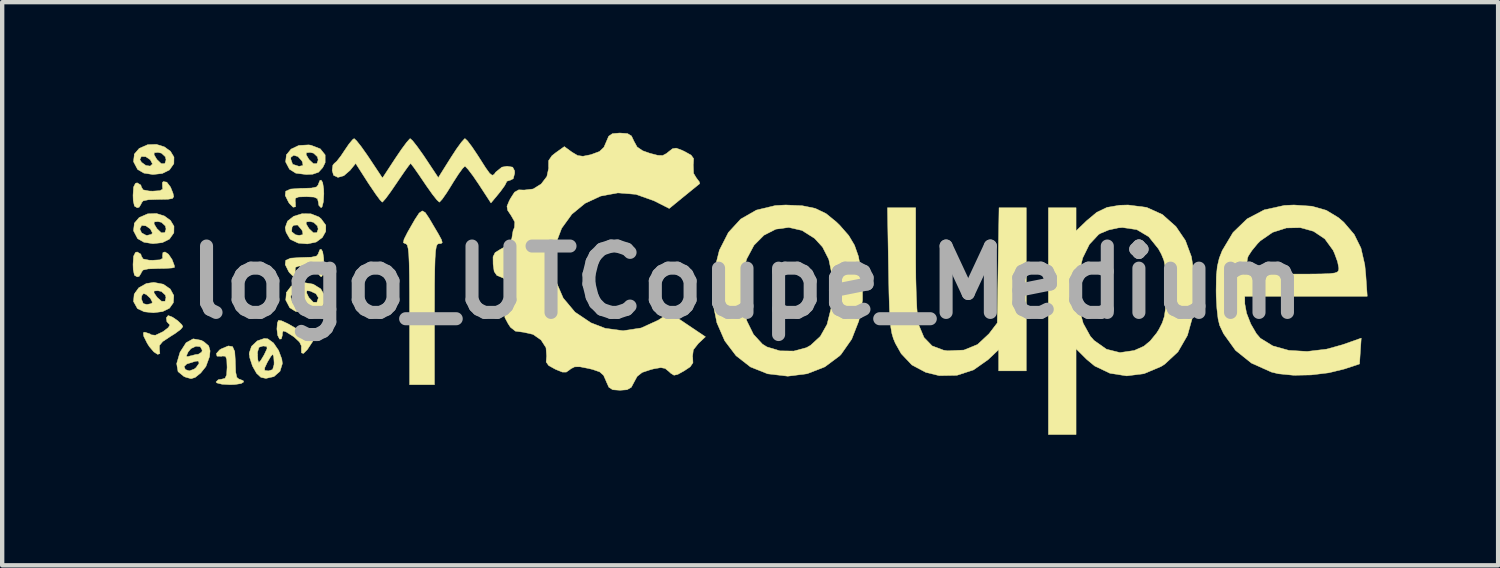
<source format=kicad_pcb>
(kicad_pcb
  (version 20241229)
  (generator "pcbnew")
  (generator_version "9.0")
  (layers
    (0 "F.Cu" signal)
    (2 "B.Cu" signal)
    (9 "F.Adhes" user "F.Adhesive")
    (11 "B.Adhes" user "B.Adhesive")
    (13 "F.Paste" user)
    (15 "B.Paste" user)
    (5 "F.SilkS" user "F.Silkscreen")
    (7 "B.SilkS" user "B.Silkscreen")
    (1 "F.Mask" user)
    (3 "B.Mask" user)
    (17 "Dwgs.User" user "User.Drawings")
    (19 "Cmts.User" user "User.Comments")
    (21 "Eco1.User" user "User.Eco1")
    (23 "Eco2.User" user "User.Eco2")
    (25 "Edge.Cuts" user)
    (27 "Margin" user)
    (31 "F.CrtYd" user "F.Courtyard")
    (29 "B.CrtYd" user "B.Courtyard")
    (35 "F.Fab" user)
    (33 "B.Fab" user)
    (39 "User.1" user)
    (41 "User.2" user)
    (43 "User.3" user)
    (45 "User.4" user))
  (footprint "logo_UTCoupe_Medium"
    (layer "F.Cu")
    (at 14.102 3.434)
    (property "Reference" "logo_UTCoupe_Medium" (at 0 0 0) (layer "F.Fab") (effects (font (size 1.524 1.524) (thickness 0.3))))
    (attr through_hole)
    (fp_poly (pts (xy -13.283 -0.646) (xy -13.201 -0.525) (xy -13.149 -0.388) (xy -13.145 -0.345) (xy -13.202 -0.331) (xy -13.352 -0.321) (xy -13.525 -0.318) (xy -13.747 -0.31) (xy -13.866 -0.284) (xy -13.906 -0.234) (xy -13.906 -0.222) (xy -13.957 -0.138) (xy -14.002 -0.127) (xy -14.065 -0.164) (xy -14.093 -0.292) (xy -14.097 -0.413) (xy -14.085 -0.601) (xy -14.042 -0.687) (xy -14.002 -0.699) (xy -13.918 -0.648) (xy -13.906 -0.603) (xy -13.866 -0.538) (xy -13.729 -0.51) (xy -13.646 -0.508) (xy -13.48 -0.518) (xy -13.416 -0.553) (xy -13.421 -0.603) (xy -13.411 -0.685) (xy -13.363 -0.699) (xy -13.283 -0.646)) (stroke (width 0.01) (type solid)) (fill yes) (layer "F.SilkS"))
    (fp_poly (pts (xy -13.322 -2.301) (xy -13.236 -2.188) (xy -13.18 -2.048) (xy -13.163 -1.969) (xy -13.193 -1.926) (xy -13.294 -1.909) (xy -13.493 -1.905) (xy -13.521 -1.905) (xy -13.744 -1.898) (xy -13.864 -1.872) (xy -13.906 -1.823) (xy -13.906 -1.81) (xy -13.957 -1.726) (xy -14.002 -1.714) (xy -14.065 -1.752) (xy -14.093 -1.879) (xy -14.097 -2) (xy -14.085 -2.189) (xy -14.042 -2.274) (xy -14.002 -2.286) (xy -13.918 -2.235) (xy -13.906 -2.191) (xy -13.866 -2.125) (xy -13.729 -2.098) (xy -13.646 -2.095) (xy -13.479 -2.106) (xy -13.416 -2.142) (xy -13.421 -2.189) (xy -13.424 -2.289) (xy -13.403 -2.315) (xy -13.322 -2.301)) (stroke (width 0.01) (type solid)) (fill yes) (layer "F.SilkS"))
    (fp_poly (pts (xy -13.19 0.799) (xy -13.069 0.882) (xy -12.976 0.973) (xy -12.954 1.017) (xy -13.004 1.079) (xy -13.133 1.175) (xy -13.242 1.243) (xy -13.416 1.358) (xy -13.491 1.449) (xy -13.491 1.531) (xy -13.481 1.635) (xy -13.531 1.653) (xy -13.619 1.597) (xy -13.723 1.475) (xy -13.772 1.397) (xy -13.853 1.234) (xy -13.861 1.156) (xy -13.828 1.143) (xy -13.705 1.184) (xy -13.681 1.204) (xy -13.584 1.214) (xy -13.418 1.136) (xy -13.404 1.128) (xy -13.287 1.038) (xy -13.25 0.977) (xy -13.262 0.966) (xy -13.32 0.904) (xy -13.333 0.814) (xy -13.293 0.763) (xy -13.286 0.762) (xy -13.19 0.799)) (stroke (width 0.01) (type solid)) (fill yes) (layer "F.SilkS"))
    (fp_poly (pts (xy -11.812 1.475) (xy -11.762 1.588) (xy -11.748 1.812) (xy -11.748 1.841) (xy -11.74 2.063) (xy -11.714 2.182) (xy -11.664 2.222) (xy -11.652 2.223) (xy -11.568 2.257) (xy -11.557 2.286) (xy -11.614 2.322) (xy -11.76 2.345) (xy -11.874 2.349) (xy -12.056 2.338) (xy -12.171 2.309) (xy -12.192 2.286) (xy -12.139 2.234) (xy -12.065 2.223) (xy -11.985 2.203) (xy -11.948 2.124) (xy -11.938 1.953) (xy -11.938 1.943) (xy -11.945 1.771) (xy -11.974 1.696) (xy -12.042 1.691) (xy -12.065 1.696) (xy -12.169 1.694) (xy -12.184 1.635) (xy -12.11 1.551) (xy -12.069 1.526) (xy -11.909 1.459) (xy -11.812 1.475)) (stroke (width 0.01) (type solid)) (fill yes) (layer "F.SilkS"))
    (fp_poly (pts (xy -10.687 0.882) (xy -10.545 0.947) (xy -10.401 1.03) (xy -10.209 1.138) (xy -10.094 1.175) (xy -10.035 1.146) (xy -10.034 1.144) (xy -9.953 1.095) (xy -9.916 1.105) (xy -9.898 1.187) (xy -9.97 1.352) (xy -9.979 1.367) (xy -10.097 1.545) (xy -10.184 1.632) (xy -10.229 1.618) (xy -10.231 1.607) (xy -10.233 1.502) (xy -10.231 1.46) (xy -10.275 1.369) (xy -10.395 1.257) (xy -10.446 1.222) (xy -10.586 1.134) (xy -10.65 1.115) (xy -10.667 1.161) (xy -10.668 1.21) (xy -10.692 1.298) (xy -10.732 1.302) (xy -10.776 1.216) (xy -10.794 1.07) (xy -10.783 0.93) (xy -10.757 0.872) (xy -10.687 0.882)) (stroke (width 0.01) (type solid)) (fill yes) (layer "F.SilkS"))
    (fp_poly (pts (xy -9.743 -2.292) (xy -9.72 -2.146) (xy -9.716 -2.032) (xy -9.727 -1.851) (xy -9.756 -1.736) (xy -9.779 -1.714) (xy -9.831 -1.768) (xy -9.842 -1.841) (xy -9.862 -1.922) (xy -9.941 -1.959) (xy -10.112 -1.968) (xy -10.122 -1.968) (xy -10.294 -1.962) (xy -10.369 -1.932) (xy -10.374 -1.865) (xy -10.369 -1.841) (xy -10.366 -1.736) (xy -10.421 -1.726) (xy -10.508 -1.813) (xy -10.526 -1.841) (xy -10.603 -1.996) (xy -10.592 -2.093) (xy -10.48 -2.143) (xy -10.255 -2.159) (xy -10.223 -2.159) (xy -10.002 -2.166) (xy -9.883 -2.192) (xy -9.843 -2.243) (xy -9.842 -2.254) (xy -9.808 -2.339) (xy -9.779 -2.349) (xy -9.743 -2.292)) (stroke (width 0.01) (type solid)) (fill yes) (layer "F.SilkS"))
    (fp_poly (pts (xy -9.743 -0.705) (xy -9.72 -0.559) (xy -9.716 -0.445) (xy -9.727 -0.263) (xy -9.756 -0.148) (xy -9.779 -0.127) (xy -9.831 -0.18) (xy -9.842 -0.254) (xy -9.862 -0.334) (xy -9.941 -0.371) (xy -10.112 -0.381) (xy -10.122 -0.381) (xy -10.294 -0.374) (xy -10.369 -0.345) (xy -10.374 -0.277) (xy -10.369 -0.254) (xy -10.366 -0.148) (xy -10.421 -0.139) (xy -10.508 -0.226) (xy -10.526 -0.253) (xy -10.603 -0.409) (xy -10.592 -0.506) (xy -10.48 -0.556) (xy -10.255 -0.571) (xy -10.223 -0.572) (xy -10.002 -0.579) (xy -9.883 -0.605) (xy -9.843 -0.655) (xy -9.842 -0.667) (xy -9.808 -0.751) (xy -9.779 -0.762) (xy -9.743 -0.705)) (stroke (width 0.01) (type solid)) (fill yes) (layer "F.SilkS"))
    (fp_poly (pts (xy -7.387 -1.603) (xy -7.302 -1.477) (xy -7.216 -1.331) (xy -7.087 -1.113) (xy -7.016 -0.982) (xy -6.997 -0.915) (xy -7.022 -0.892) (xy -7.08 -0.889) (xy -7.11 -0.875) (xy -7.133 -0.823) (xy -7.15 -0.719) (xy -7.162 -0.549) (xy -7.169 -0.301) (xy -7.174 0.041) (xy -7.175 0.49) (xy -7.176 0.73) (xy -7.176 2.349) (xy -7.747 2.349) (xy -7.747 0.73) (xy -7.748 0.23) (xy -7.751 -0.157) (xy -7.757 -0.445) (xy -7.766 -0.647) (xy -7.781 -0.779) (xy -7.8 -0.854) (xy -7.827 -0.885) (xy -7.845 -0.889) (xy -7.89 -0.911) (xy -7.874 -0.991) (xy -7.793 -1.151) (xy -7.77 -1.191) (xy -7.626 -1.442) (xy -7.528 -1.591) (xy -7.456 -1.642) (xy -7.387 -1.603)) (stroke (width 0.01) (type solid)) (fill yes) (layer "F.SilkS"))
    (fp_poly (pts (xy -13.402 0.042) (xy -13.243 0.152) (xy -13.161 0.302) (xy -13.171 0.466) (xy -13.261 0.593) (xy -13.418 0.67) (xy -13.629 0.697) (xy -13.839 0.675) (xy -13.992 0.604) (xy -13.997 0.599) (xy -14.087 0.438) (xy -14.081 0.381) (xy -13.906 0.381) (xy -13.862 0.487) (xy -13.78 0.508) (xy -13.676 0.487) (xy -13.652 0.457) (xy -13.698 0.366) (xy -13.793 0.278) (xy -13.856 0.254) (xy -13.897 0.307) (xy -13.906 0.381) (xy -14.081 0.381) (xy -14.071 0.271) (xy -14.049 0.24) (xy -13.616 0.24) (xy -13.544 0.344) (xy -13.441 0.435) (xy -13.361 0.433) (xy -13.341 0.346) (xy -13.356 0.29) (xy -13.444 0.209) (xy -13.526 0.191) (xy -13.614 0.197) (xy -13.616 0.24) (xy -14.049 0.24) (xy -13.967 0.125) (xy -13.792 0.026) (xy -13.621 0) (xy -13.402 0.042)) (stroke (width 0.01) (type solid)) (fill yes) (layer "F.SilkS"))
    (fp_poly (pts (xy -13.38 -3.113) (xy -13.238 -3.011) (xy -13.157 -2.876) (xy -13.16 -2.726) (xy -13.261 -2.582) (xy -13.425 -2.501) (xy -13.64 -2.477) (xy -13.848 -2.509) (xy -13.992 -2.593) (xy -14.086 -2.771) (xy -14.081 -2.821) (xy -13.941 -2.821) (xy -13.902 -2.757) (xy -13.803 -2.685) (xy -13.703 -2.67) (xy -13.653 -2.716) (xy -13.652 -2.723) (xy -13.701 -2.816) (xy -13.805 -2.886) (xy -13.904 -2.891) (xy -13.907 -2.889) (xy -13.941 -2.821) (xy -14.081 -2.821) (xy -14.068 -2.93) (xy -13.614 -2.93) (xy -13.549 -2.822) (xy -13.45 -2.727) (xy -13.367 -2.728) (xy -13.339 -2.813) (xy -13.356 -2.885) (xy -13.444 -2.967) (xy -13.525 -2.985) (xy -13.611 -2.977) (xy -13.614 -2.93) (xy -14.068 -2.93) (xy -14.066 -2.948) (xy -13.956 -3.076) (xy -13.761 -3.162) (xy -13.561 -3.169) (xy -13.38 -3.113)) (stroke (width 0.01) (type solid)) (fill yes) (layer "F.SilkS"))
    (fp_poly (pts (xy -13.38 -1.526) (xy -13.238 -1.423) (xy -13.157 -1.289) (xy -13.16 -1.138) (xy -13.261 -0.994) (xy -13.425 -0.913) (xy -13.64 -0.889) (xy -13.848 -0.922) (xy -13.992 -1.005) (xy -14.086 -1.184) (xy -14.082 -1.226) (xy -13.942 -1.226) (xy -13.899 -1.135) (xy -13.799 -1.082) (xy -13.773 -1.079) (xy -13.673 -1.104) (xy -13.652 -1.135) (xy -13.7 -1.227) (xy -13.801 -1.298) (xy -13.896 -1.308) (xy -13.901 -1.305) (xy -13.942 -1.226) (xy -14.082 -1.226) (xy -14.068 -1.342) (xy -13.614 -1.342) (xy -13.549 -1.235) (xy -13.45 -1.14) (xy -13.367 -1.141) (xy -13.339 -1.225) (xy -13.356 -1.297) (xy -13.444 -1.379) (xy -13.525 -1.397) (xy -13.611 -1.389) (xy -13.614 -1.342) (xy -14.068 -1.342) (xy -14.066 -1.361) (xy -13.956 -1.489) (xy -13.761 -1.574) (xy -13.561 -1.582) (xy -13.38 -1.526)) (stroke (width 0.01) (type solid)) (fill yes) (layer "F.SilkS"))
    (fp_poly (pts (xy 3.874 -0.492) (xy 3.877 -0.094) (xy 3.887 0.277) (xy 3.901 0.594) (xy 3.92 0.833) (xy 3.94 0.968) (xy 4.065 1.266) (xy 4.252 1.459) (xy 4.514 1.557) (xy 4.609 1.571) (xy 4.981 1.554) (xy 5.294 1.426) (xy 5.554 1.183) (xy 5.564 1.171) (xy 5.747 0.931) (xy 5.767 -0.392) (xy 5.788 -1.714) (xy 6.413 -1.714) (xy 6.413 2.032) (xy 5.779 2.032) (xy 5.779 1.544) (xy 5.536 1.774) (xy 5.201 2.01) (xy 4.82 2.134) (xy 4.414 2.141) (xy 4.106 2.066) (xy 3.787 1.897) (xy 3.541 1.637) (xy 3.406 1.397) (xy 3.362 1.292) (xy 3.328 1.178) (xy 3.303 1.035) (xy 3.284 0.846) (xy 3.271 0.59) (xy 3.26 0.25) (xy 3.252 -0.195) (xy 3.25 -0.302) (xy 3.226 -1.714) (xy 3.873 -1.714) (xy 3.874 -0.492)) (stroke (width 0.01) (type solid)) (fill yes) (layer "F.SilkS"))
    (fp_poly (pts (xy -10.012 -1.574) (xy -9.829 -1.502) (xy -9.779 -1.46) (xy -9.671 -1.314) (xy -9.672 -1.171) (xy -9.751 -1.03) (xy -9.891 -0.927) (xy -10.093 -0.884) (xy -10.305 -0.902) (xy -10.475 -0.982) (xy -10.499 -1.005) (xy -10.583 -1.151) (xy -10.586 -1.165) (xy -10.456 -1.165) (xy -10.367 -1.093) (xy -10.281 -1.079) (xy -10.195 -1.097) (xy -10.206 -1.171) (xy -10.223 -1.206) (xy -10.318 -1.318) (xy -10.41 -1.312) (xy -10.446 -1.27) (xy -10.456 -1.165) (xy -10.586 -1.165) (xy -10.604 -1.256) (xy -10.573 -1.342) (xy -10.122 -1.342) (xy -10.057 -1.235) (xy -9.957 -1.14) (xy -9.875 -1.141) (xy -9.846 -1.225) (xy -9.864 -1.297) (xy -9.951 -1.379) (xy -10.032 -1.397) (xy -10.118 -1.389) (xy -10.122 -1.342) (xy -10.573 -1.342) (xy -10.549 -1.408) (xy -10.408 -1.518) (xy -10.217 -1.577) (xy -10.012 -1.574)) (stroke (width 0.01) (type solid)) (fill yes) (layer "F.SilkS"))
    (fp_poly (pts (xy -10.011 -3.149) (xy -9.797 -3.066) (xy -9.686 -2.927) (xy -9.686 -2.75) (xy -9.74 -2.638) (xy -9.837 -2.53) (xy -9.971 -2.484) (xy -10.12 -2.477) (xy -10.359 -2.507) (xy -10.505 -2.598) (xy -10.594 -2.767) (xy -10.586 -2.836) (xy -10.477 -2.836) (xy -10.433 -2.712) (xy -10.293 -2.667) (xy -10.274 -2.667) (xy -10.194 -2.685) (xy -10.207 -2.762) (xy -10.223 -2.794) (xy -10.311 -2.89) (xy -10.409 -2.919) (xy -10.472 -2.873) (xy -10.477 -2.836) (xy -10.586 -2.836) (xy -10.576 -2.928) (xy -10.574 -2.93) (xy -10.122 -2.93) (xy -10.057 -2.822) (xy -9.957 -2.727) (xy -9.875 -2.728) (xy -9.846 -2.813) (xy -9.864 -2.885) (xy -9.951 -2.967) (xy -10.032 -2.985) (xy -10.118 -2.977) (xy -10.122 -2.93) (xy -10.574 -2.93) (xy -10.469 -3.06) (xy -10.292 -3.144) (xy -10.063 -3.157) (xy -10.011 -3.149)) (stroke (width 0.01) (type solid)) (fill yes) (layer "F.SilkS"))
    (fp_poly (pts (xy -9.961 0.041) (xy -9.788 0.148) (xy -9.697 0.3) (xy -9.708 0.474) (xy -9.744 0.544) (xy -9.841 0.648) (xy -9.98 0.692) (xy -10.12 0.699) (xy -10.367 0.665) (xy -10.499 0.582) (xy -10.591 0.406) (xy -10.585 0.339) (xy -10.477 0.339) (xy -10.433 0.463) (xy -10.293 0.508) (xy -10.274 0.508) (xy -10.194 0.49) (xy -10.207 0.413) (xy -10.223 0.381) (xy -10.311 0.285) (xy -10.409 0.256) (xy -10.472 0.302) (xy -10.477 0.339) (xy -10.585 0.339) (xy -10.576 0.235) (xy -10.115 0.235) (xy -10.063 0.343) (xy -10.059 0.349) (xy -9.958 0.455) (xy -9.877 0.458) (xy -9.843 0.358) (xy -9.842 0.352) (xy -9.897 0.26) (xy -10.028 0.199) (xy -10.103 0.191) (xy -10.115 0.235) (xy -10.576 0.235) (xy -10.575 0.231) (xy -10.468 0.088) (xy -10.285 0.008) (xy -10.198 0) (xy -9.961 0.041)) (stroke (width 0.01) (type solid)) (fill yes) (layer "F.SilkS"))
    (fp_poly (pts (xy -12.53 1.33) (xy -12.467 1.366) (xy -12.36 1.458) (xy -12.328 1.571) (xy -12.341 1.705) (xy -12.424 1.931) (xy -12.543 2.08) (xy -12.67 2.182) (xy -12.764 2.211) (xy -12.882 2.179) (xy -12.929 2.16) (xy -13.064 2.049) (xy -13.084 1.932) (xy -12.925 1.932) (xy -12.895 2.002) (xy -12.804 2.032) (xy -12.693 1.991) (xy -12.649 1.956) (xy -12.579 1.855) (xy -12.601 1.805) (xy -12.668 1.812) (xy -12.818 1.859) (xy -12.863 1.873) (xy -12.925 1.932) (xy -13.084 1.932) (xy -13.095 1.865) (xy -13.045 1.693) (xy -12.874 1.693) (xy -12.839 1.706) (xy -12.797 1.692) (xy -12.654 1.656) (xy -12.6 1.651) (xy -12.52 1.6) (xy -12.509 1.556) (xy -12.553 1.476) (xy -12.654 1.466) (xy -12.767 1.52) (xy -12.832 1.597) (xy -12.874 1.693) (xy -13.045 1.693) (xy -13.021 1.612) (xy -13.016 1.6) (xy -12.879 1.386) (xy -12.717 1.296) (xy -12.53 1.33)) (stroke (width 0.01) (type solid)) (fill yes) (layer "F.SilkS"))
    (fp_poly (pts (xy -11.002 1.296) (xy -10.872 1.391) (xy -10.755 1.563) (xy -10.681 1.761) (xy -10.668 1.864) (xy -10.723 2.041) (xy -10.862 2.163) (xy -11.046 2.205) (xy -11.161 2.18) (xy -11.261 2.088) (xy -11.327 1.97) (xy -11.078 1.97) (xy -11.072 2.022) (xy -10.993 2.032) (xy -10.987 2.032) (xy -10.893 2.003) (xy -10.86 1.893) (xy -10.858 1.841) (xy -10.867 1.708) (xy -10.888 1.651) (xy -10.889 1.651) (xy -10.935 1.701) (xy -11.008 1.824) (xy -11.017 1.841) (xy -11.078 1.97) (xy -11.327 1.97) (xy -11.355 1.921) (xy -11.417 1.731) (xy -11.427 1.651) (xy -11.239 1.651) (xy -11.231 1.785) (xy -11.21 1.841) (xy -11.209 1.841) (xy -11.163 1.791) (xy -11.09 1.669) (xy -11.081 1.651) (xy -11.02 1.522) (xy -11.026 1.47) (xy -11.105 1.461) (xy -11.111 1.46) (xy -11.205 1.49) (xy -11.238 1.599) (xy -11.239 1.651) (xy -11.427 1.651) (xy -11.43 1.624) (xy -11.376 1.467) (xy -11.245 1.343) (xy -11.083 1.287) (xy -11.002 1.296)) (stroke (width 0.01) (type solid)) (fill yes) (layer "F.SilkS"))
    (fp_poly (pts (xy 1.271 -1.76) (xy 1.567 -1.699) (xy 1.815 -1.58) (xy 2.051 -1.388) (xy 2.131 -1.31) (xy 2.336 -1.076) (xy 2.468 -0.855) (xy 2.559 -0.597) (xy 2.651 -0.095) (xy 2.653 0.407) (xy 2.569 0.882) (xy 2.404 1.304) (xy 2.162 1.65) (xy 2.129 1.685) (xy 1.787 1.94) (xy 1.381 2.098) (xy 0.937 2.154) (xy 0.479 2.1) (xy 0.476 2.1) (xy 0.08 1.942) (xy -0.251 1.684) (xy -0.511 1.341) (xy -0.691 0.928) (xy -0.785 0.457) (xy -0.784 0.104) (xy -0.119 0.104) (xy -0.094 0.515) (xy -0.003 0.886) (xy 0.149 1.194) (xy 0.354 1.417) (xy 0.458 1.482) (xy 0.756 1.572) (xy 1.075 1.577) (xy 1.365 1.499) (xy 1.461 1.445) (xy 1.685 1.238) (xy 1.839 0.964) (xy 1.929 0.603) (xy 1.959 0.265) (xy 1.951 -0.179) (xy 1.878 -0.53) (xy 1.735 -0.811) (xy 1.553 -1.01) (xy 1.263 -1.193) (xy 0.96 -1.262) (xy 0.663 -1.222) (xy 0.391 -1.084) (xy 0.161 -0.853) (xy -0.007 -0.538) (xy -0.069 -0.322) (xy -0.119 0.104) (xy -0.784 0.104) (xy -0.784 -0.056) (xy -0.761 -0.234) (xy -0.634 -0.739) (xy -0.427 -1.146) (xy -0.144 -1.454) (xy 0.216 -1.66) (xy 0.649 -1.764) (xy 0.889 -1.777) (xy 1.271 -1.76)) (stroke (width 0.01) (type solid)) (fill yes) (layer "F.SilkS"))
    (fp_poly (pts (xy 9.176 -1.722) (xy 9.539 -1.558) (xy 9.85 -1.281) (xy 9.852 -1.278) (xy 10.067 -0.961) (xy 10.205 -0.589) (xy 10.275 -0.14) (xy 10.287 0.19) (xy 10.244 0.75) (xy 10.113 1.219) (xy 9.896 1.595) (xy 9.591 1.879) (xy 9.505 1.933) (xy 9.117 2.096) (xy 8.719 2.147) (xy 8.334 2.087) (xy 7.984 1.92) (xy 7.799 1.767) (xy 7.556 1.524) (xy 7.556 3.493) (xy 6.921 3.493) (xy 6.921 0.195) (xy 7.588 0.195) (xy 7.622 0.583) (xy 7.72 0.94) (xy 7.884 1.237) (xy 7.97 1.334) (xy 8.255 1.535) (xy 8.564 1.612) (xy 8.892 1.564) (xy 9.112 1.466) (xy 9.258 1.345) (xy 9.406 1.164) (xy 9.461 1.076) (xy 9.536 0.928) (xy 9.583 0.784) (xy 9.609 0.606) (xy 9.619 0.36) (xy 9.62 0.159) (xy 9.617 -0.143) (xy 9.603 -0.353) (xy 9.572 -0.509) (xy 9.516 -0.646) (xy 9.448 -0.77) (xy 9.224 -1.049) (xy 8.95 -1.212) (xy 8.623 -1.26) (xy 8.525 -1.252) (xy 8.306 -1.204) (xy 8.113 -1.124) (xy 8.073 -1.099) (xy 7.862 -0.873) (xy 7.709 -0.562) (xy 7.618 -0.197) (xy 7.588 0.195) (xy 6.921 0.195) (xy 6.921 -1.714) (xy 7.556 -1.714) (xy 7.556 -1.181) (xy 7.795 -1.412) (xy 8.031 -1.609) (xy 8.269 -1.723) (xy 8.555 -1.771) (xy 8.751 -1.777) (xy 9.176 -1.722)) (stroke (width 0.01) (type solid)) (fill yes) (layer "F.SilkS"))
    (fp_poly (pts (xy 12.971 -1.749) (xy 13.302 -1.655) (xy 13.584 -1.484) (xy 13.706 -1.378) (xy 13.943 -1.1) (xy 14.098 -0.786) (xy 14.186 -0.403) (xy 14.208 -0.18) (xy 14.242 0.318) (xy 11.43 0.318) (xy 11.431 0.492) (xy 11.471 0.707) (xy 11.568 0.955) (xy 11.697 1.177) (xy 11.788 1.283) (xy 12.075 1.459) (xy 12.441 1.561) (xy 12.861 1.586) (xy 13.308 1.533) (xy 13.672 1.432) (xy 14.104 1.28) (xy 14.084 1.577) (xy 14.065 1.873) (xy 13.718 1.988) (xy 13.358 2.076) (xy 12.955 2.125) (xy 12.554 2.133) (xy 12.2 2.098) (xy 12.041 2.059) (xy 11.584 1.854) (xy 11.217 1.56) (xy 10.943 1.178) (xy 10.852 0.984) (xy 10.817 0.837) (xy 10.79 0.602) (xy 10.774 0.322) (xy 10.772 0.191) (xy 10.777 -0.13) (xy 10.782 -0.191) (xy 11.415 -0.191) (xy 12.502 -0.191) (xy 12.897 -0.191) (xy 13.182 -0.194) (xy 13.376 -0.201) (xy 13.495 -0.216) (xy 13.559 -0.24) (xy 13.584 -0.275) (xy 13.589 -0.324) (xy 13.589 -0.329) (xy 13.562 -0.47) (xy 13.493 -0.66) (xy 13.458 -0.738) (xy 13.268 -0.999) (xy 13.009 -1.173) (xy 12.706 -1.257) (xy 12.384 -1.25) (xy 12.069 -1.149) (xy 11.786 -0.953) (xy 11.722 -0.888) (xy 11.593 -0.731) (xy 11.51 -0.604) (xy 11.493 -0.555) (xy 11.476 -0.433) (xy 11.453 -0.333) (xy 11.415 -0.191) (xy 10.782 -0.191) (xy 10.799 -0.365) (xy 10.844 -0.556) (xy 10.912 -0.73) (xy 11.16 -1.145) (xy 11.483 -1.458) (xy 11.876 -1.665) (xy 12.339 -1.767) (xy 12.559 -1.777) (xy 12.971 -1.749)) (stroke (width 0.01) (type solid)) (fill yes) (layer "F.SilkS"))
    (fp_poly (pts (xy -8.966 -3.253) (xy -8.861 -3.121) (xy -8.727 -2.932) (xy -8.671 -2.849) (xy -8.37 -2.396) (xy -8.074 -2.848) (xy -7.935 -3.053) (xy -7.819 -3.21) (xy -7.745 -3.294) (xy -7.732 -3.301) (xy -7.677 -3.252) (xy -7.574 -3.121) (xy -7.439 -2.932) (xy -7.386 -2.853) (xy -7.088 -2.405) (xy -6.807 -2.853) (xy -6.673 -3.059) (xy -6.56 -3.215) (xy -6.487 -3.296) (xy -6.475 -3.302) (xy -6.42 -3.252) (xy -6.318 -3.118) (xy -6.189 -2.926) (xy -6.139 -2.848) (xy -6 -2.63) (xy -5.91 -2.505) (xy -5.851 -2.459) (xy -5.807 -2.478) (xy -5.77 -2.531) (xy -5.628 -2.646) (xy -5.509 -2.667) (xy -5.38 -2.646) (xy -5.336 -2.561) (xy -5.334 -2.508) (xy -5.367 -2.381) (xy -5.429 -2.349) (xy -5.514 -2.322) (xy -5.524 -2.299) (xy -5.562 -2.224) (xy -5.656 -2.094) (xy -5.702 -2.037) (xy -5.879 -1.824) (xy -6.154 -2.246) (xy -6.288 -2.443) (xy -6.4 -2.591) (xy -6.469 -2.664) (xy -6.478 -2.667) (xy -6.531 -2.616) (xy -6.628 -2.482) (xy -6.75 -2.292) (xy -6.772 -2.255) (xy -6.895 -2.058) (xy -6.997 -1.912) (xy -7.059 -1.844) (xy -7.064 -1.843) (xy -7.118 -1.891) (xy -7.222 -2.022) (xy -7.356 -2.211) (xy -7.407 -2.286) (xy -7.544 -2.488) (xy -7.652 -2.642) (xy -7.716 -2.724) (xy -7.724 -2.731) (xy -7.767 -2.681) (xy -7.861 -2.551) (xy -7.99 -2.363) (xy -8.042 -2.286) (xy -8.181 -2.083) (xy -8.294 -1.929) (xy -8.365 -1.849) (xy -8.375 -1.842) (xy -8.425 -1.892) (xy -8.523 -2.025) (xy -8.652 -2.215) (xy -8.7 -2.287) (xy -8.985 -2.732) (xy -9.115 -2.572) (xy -9.257 -2.449) (xy -9.392 -2.411) (xy -9.492 -2.458) (xy -9.525 -2.572) (xy -9.509 -2.691) (xy -9.477 -2.731) (xy -9.42 -2.78) (xy -9.322 -2.906) (xy -9.249 -3.016) (xy -9.14 -3.176) (xy -9.053 -3.28) (xy -9.02 -3.302) (xy -8.966 -3.253)) (stroke (width 0.01) (type solid)) (fill yes) (layer "F.SilkS"))
    (fp_poly (pts (xy -2.743 -3.417) (xy -2.652 -3.362) (xy -2.595 -3.241) (xy -2.523 -3.11) (xy -2.394 -3.022) (xy -2.233 -2.965) (xy -2.048 -2.917) (xy -1.935 -2.914) (xy -1.846 -2.961) (xy -1.802 -2.998) (xy -1.709 -3.07) (xy -1.626 -3.083) (xy -1.5 -3.037) (xy -1.432 -3.005) (xy -1.283 -2.922) (xy -1.225 -2.842) (xy -1.231 -2.722) (xy -1.234 -2.706) (xy -1.226 -2.503) (xy -1.165 -2.402) (xy -1.094 -2.308) (xy -1.085 -2.267) (xy -1.144 -2.22) (xy -1.273 -2.115) (xy -1.445 -1.975) (xy -1.448 -1.973) (xy -1.785 -1.697) (xy -2.137 -1.875) (xy -2.552 -2.022) (xy -2.965 -2.055) (xy -3.359 -1.982) (xy -3.717 -1.816) (xy -4.021 -1.566) (xy -4.255 -1.243) (xy -4.402 -0.856) (xy -4.445 -0.476) (xy -4.388 -0.029) (xy -4.22 0.36) (xy -3.95 0.682) (xy -3.584 0.928) (xy -3.257 1.054) (xy -2.845 1.11) (xy -2.43 1.047) (xy -2.04 0.869) (xy -2.016 0.854) (xy -1.777 0.696) (xy -1.365 0.973) (xy -0.954 1.249) (xy -1.117 1.402) (xy -1.232 1.549) (xy -1.25 1.7) (xy -1.246 1.725) (xy -1.241 1.846) (xy -1.304 1.939) (xy -1.442 2.031) (xy -1.59 2.113) (xy -1.676 2.132) (xy -1.748 2.088) (xy -1.792 2.047) (xy -1.879 1.976) (xy -1.979 1.957) (xy -2.137 1.984) (xy -2.208 2.002) (xy -2.407 2.068) (xy -2.522 2.159) (xy -2.586 2.277) (xy -2.656 2.409) (xy -2.755 2.465) (xy -2.916 2.477) (xy -3.083 2.465) (xy -3.172 2.408) (xy -3.232 2.274) (xy -3.235 2.265) (xy -3.293 2.134) (xy -3.382 2.055) (xy -3.544 1.999) (xy -3.631 1.978) (xy -3.833 1.938) (xy -3.957 1.939) (xy -4.044 1.983) (xy -4.066 2.002) (xy -4.149 2.06) (xy -4.239 2.06) (xy -4.385 2.001) (xy -4.408 1.99) (xy -4.555 1.908) (xy -4.611 1.828) (xy -4.602 1.708) (xy -4.6 1.696) (xy -4.615 1.499) (xy -4.729 1.322) (xy -4.912 1.194) (xy -5.137 1.143) (xy -5.142 1.143) (xy -5.317 1.12) (xy -5.432 1.029) (xy -5.486 0.946) (xy -5.559 0.809) (xy -5.563 0.716) (xy -5.494 0.603) (xy -5.471 0.572) (xy -5.371 0.36) (xy -5.368 0.154) (xy -5.456 -0.013) (xy -5.611 -0.106) (xy -5.743 -0.16) (xy -5.805 -0.25) (xy -5.829 -0.417) (xy -5.831 -0.587) (xy -5.783 -0.685) (xy -5.655 -0.764) (xy -5.623 -0.78) (xy -5.455 -0.89) (xy -5.397 -1.017) (xy -5.397 -1.031) (xy -5.371 -1.187) (xy -5.339 -1.264) (xy -5.332 -1.388) (xy -5.414 -1.533) (xy -5.496 -1.655) (xy -5.511 -1.747) (xy -5.461 -1.868) (xy -5.429 -1.929) (xy -5.337 -2.072) (xy -5.241 -2.125) (xy -5.116 -2.12) (xy -4.91 -2.145) (xy -4.725 -2.26) (xy -4.595 -2.431) (xy -4.553 -2.626) (xy -4.556 -2.649) (xy -4.555 -2.796) (xy -4.479 -2.908) (xy -4.389 -2.979) (xy -4.194 -3.118) (xy -4.018 -2.99) (xy -3.889 -2.913) (xy -3.767 -2.896) (xy -3.592 -2.931) (xy -3.573 -2.937) (xy -3.388 -3.005) (xy -3.285 -3.103) (xy -3.234 -3.22) (xy -3.176 -3.356) (xy -3.09 -3.415) (xy -2.93 -3.429) (xy -2.913 -3.429) (xy -2.743 -3.417)) (stroke (width 0.01) (type solid)) (fill yes) (layer "F.SilkS")))
  (gr_rect
    (start -3 -3)
    (end 31.349 9.931)
    (stroke (width 0.1) (type default))
    (fill no)
    (layer "Edge.Cuts")))
</source>
